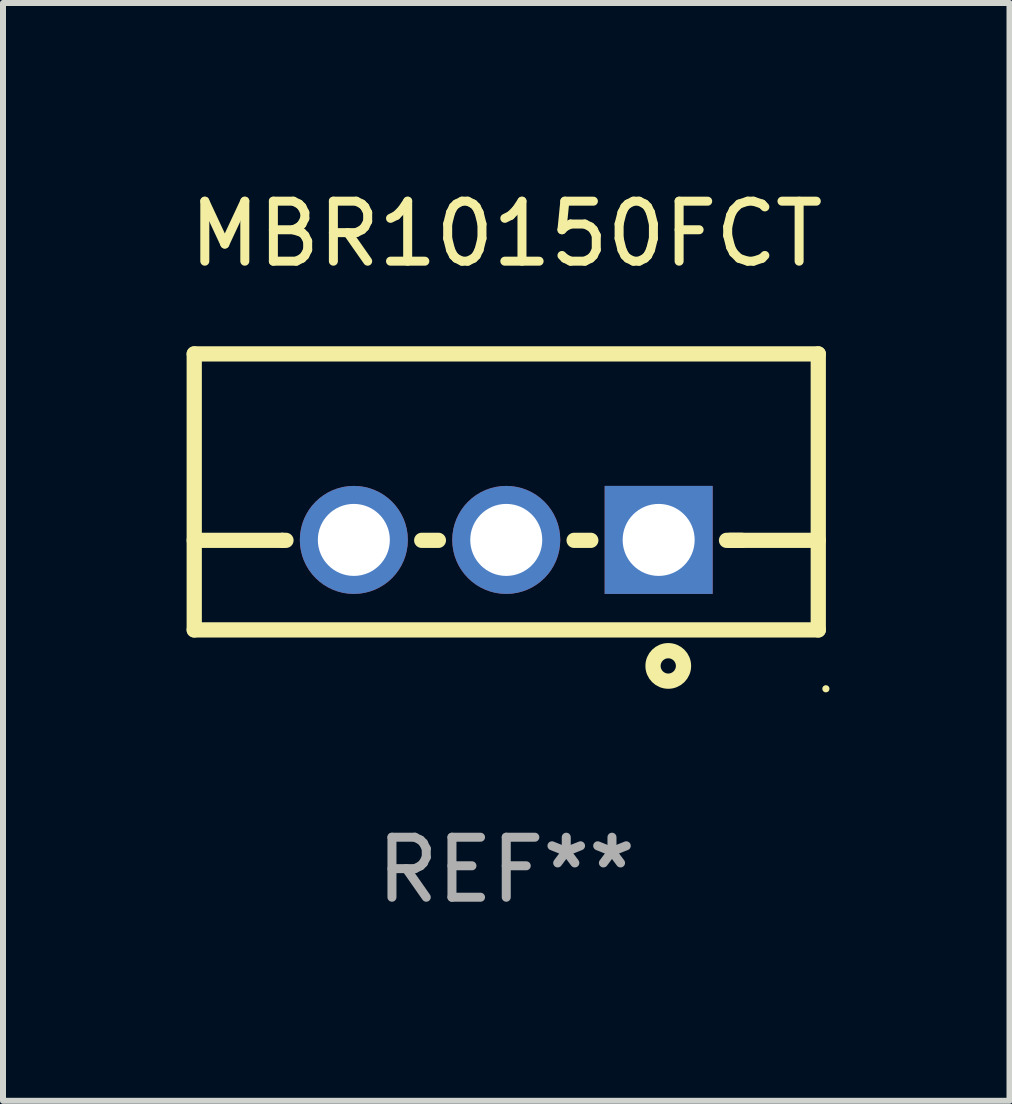
<source format=kicad_pcb>
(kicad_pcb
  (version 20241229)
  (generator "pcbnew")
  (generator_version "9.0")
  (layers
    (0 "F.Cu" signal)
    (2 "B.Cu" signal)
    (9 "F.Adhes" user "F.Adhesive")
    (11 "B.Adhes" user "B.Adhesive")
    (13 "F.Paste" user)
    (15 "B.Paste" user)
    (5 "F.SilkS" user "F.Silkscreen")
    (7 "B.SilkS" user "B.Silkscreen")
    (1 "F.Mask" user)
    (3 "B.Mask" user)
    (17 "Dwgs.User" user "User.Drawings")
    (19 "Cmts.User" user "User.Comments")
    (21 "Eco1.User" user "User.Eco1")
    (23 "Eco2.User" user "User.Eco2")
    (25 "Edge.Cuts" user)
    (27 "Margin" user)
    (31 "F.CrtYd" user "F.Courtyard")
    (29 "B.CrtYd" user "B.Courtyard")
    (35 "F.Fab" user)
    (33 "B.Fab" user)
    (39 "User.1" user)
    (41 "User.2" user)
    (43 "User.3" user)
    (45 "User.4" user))
  (footprint "MBR10150FCT"
    (layer "F.Cu")
    (at 5.387 5.148)
    (property "Reference" "MBR10150FCT" (at 0 -4.3 0) (layer "F.SilkS") (effects (font (size 1 1) (thickness 0.15))))
    (attr through_hole)
    (fp_line (start -5.2 -2.3) (end -5.2 2.3) (stroke (width 0.254) (type solid)) (layer "F.SilkS"))
    (fp_line (start -5.2 -2.3) (end 5.2 -2.3) (stroke (width 0.254) (type solid)) (layer "F.SilkS"))
    (fp_line (start -5.2 0.807) (end -3.731 0.807) (stroke (width 0.254) (type solid)) (layer "F.SilkS"))
    (fp_line (start -5.2 2.3) (end 5.2 2.3) (stroke (width 0.254) (type solid)) (layer "F.SilkS"))
    (fp_line (start -3.731 0.807) (end -3.671 0.807) (stroke (width 0.254) (type solid)) (layer "F.SilkS"))
    (fp_line (start -1.409 0.807) (end -1.131 0.807) (stroke (width 0.254) (type solid)) (layer "F.SilkS"))
    (fp_line (start 1.131 0.807) (end 1.409 0.807) (stroke (width 0.254) (type solid)) (layer "F.SilkS"))
    (fp_line (start 3.671 0.807) (end 3.926 0.807) (stroke (width 0.254) (type solid)) (layer "F.SilkS"))
    (fp_line (start 3.731 0.807) (end 5.2 0.807) (stroke (width 0.254) (type solid)) (layer "F.SilkS"))
    (fp_line (start 5.2 -2.3) (end 5.2 2.3) (stroke (width 0.254) (type solid)) (layer "F.SilkS"))
    (fp_circle (center 2.7 2.9) (end 2.954 2.9) (stroke (width 0.254) (type solid)) (fill no) (layer "F.SilkS"))
    (fp_circle (center 5.327 3.281) (end 5.357 3.281) (stroke (width 0.06) (type solid)) (fill no) (layer "F.SilkS"))
    (fp_text user "REF**" (at 0 6.3 0) (layer "F.Fab") (effects (font (size 1 1) (thickness 0.15))))
    (pad "1" thru_hole rect (at 2.54 0.8) (size 1.8 1.8) (drill 1.2) (layers "*.Cu" "*.Mask"))
    (pad "2" thru_hole circle (at 0 0.8) (size 1.8 1.8) (drill 1.2) (layers "*.Cu" "*.Mask"))
    (pad "3" thru_hole circle (at -2.54 0.8) (size 1.8 1.8) (drill 1.2) (layers "*.Cu" "*.Mask")))
  (gr_rect
    (start -3 -3)
    (end 13.774 15.296)
    (stroke (width 0.1) (type default))
    (fill no)
    (layer "Edge.Cuts")))
</source>
